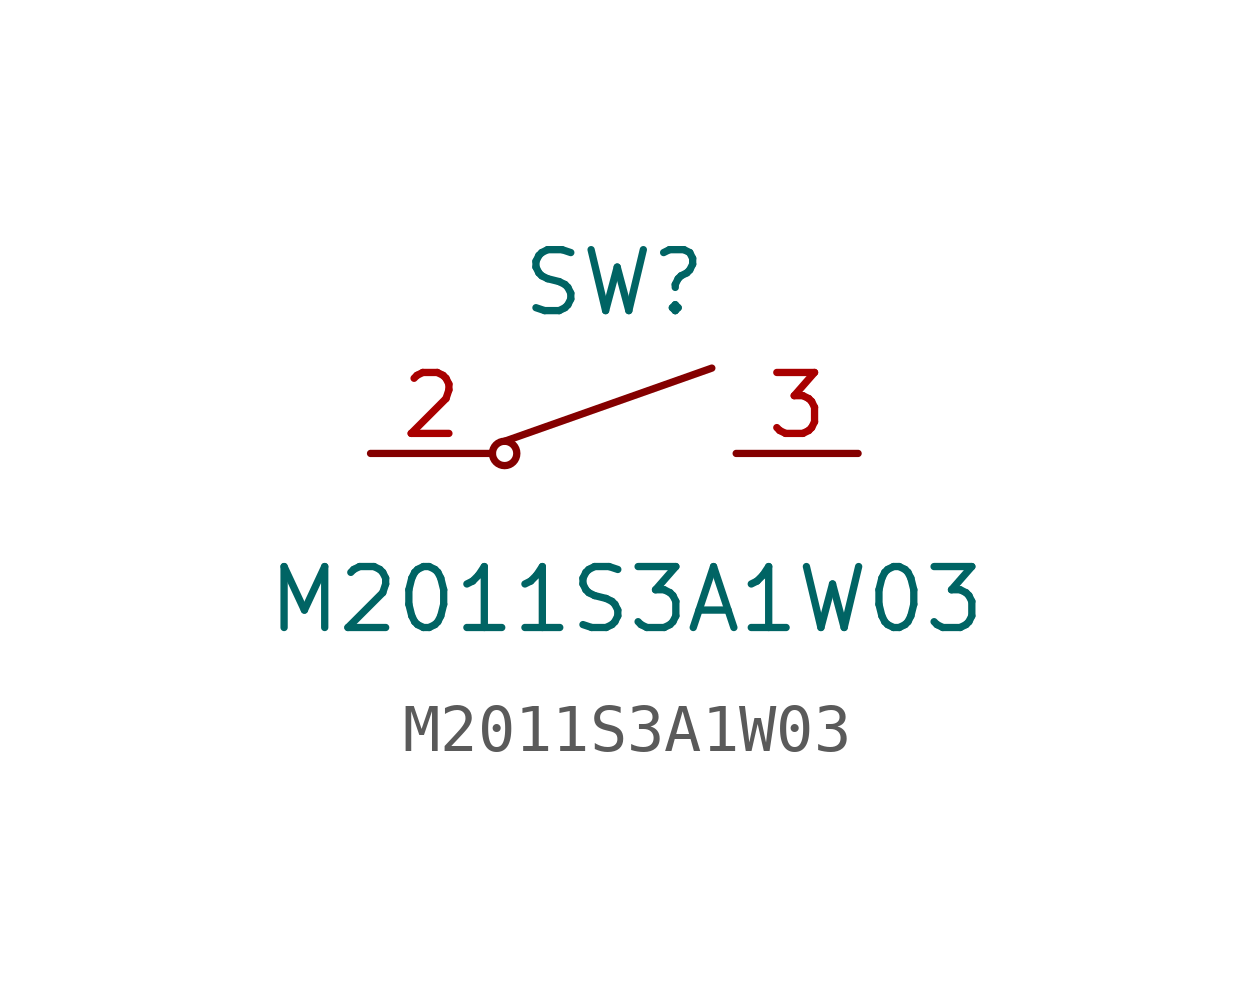
<source format=kicad_sym>
(kicad_symbol_lib
  (version 20241209)
  (generator "kicad_symbol_editor")
  (generator_version "9.0")
  (symbol "M2011S3A1W03"
    (pin_names
      (hide yes))
    (property "Reference" "SW"
      (at 0 3.556 0)
      (effects (font (size 1.27 1.27))))
    (property "Value" "M2011S3A1W03"
      (at 0.254 -3.048 0)
      (effects (font (size 1.27 1.27))))
    (symbol "M2011S3A1W03_0_1"
      (polyline (pts (xy -2.286 0.254) (xy 2.032 1.778)) (stroke (width 0) (type default)) (fill (type none)))
      (circle (center -2.286 0) (radius 0.254) (stroke (width 0) (type default)) (fill (type none))))
    (symbol "M2011S3A1W03_1_1"
      (pin passive line (at -5.08 0 0) (length 2.54) (name "A" (effects (font (size 1.27 1.27)))) (number "2" (effects (font (size 1.27 1.27)))))
      (pin passive line (at 5.08 0 180) (length 2.54) (name "B" (effects (font (size 1.27 1.27)))) (number "3" (effects (font (size 1.27 1.27))))))))
</source>
